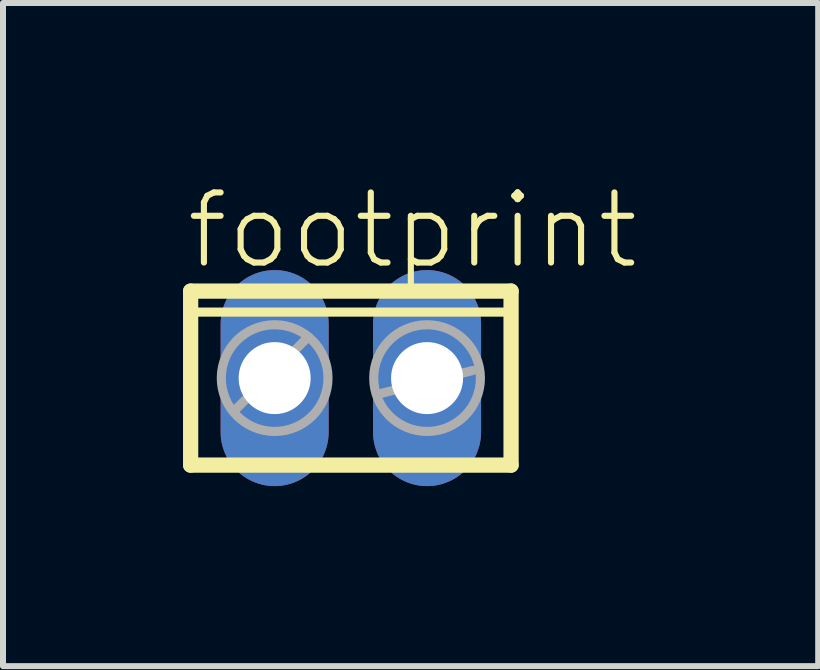
<source format=kicad_pcb>
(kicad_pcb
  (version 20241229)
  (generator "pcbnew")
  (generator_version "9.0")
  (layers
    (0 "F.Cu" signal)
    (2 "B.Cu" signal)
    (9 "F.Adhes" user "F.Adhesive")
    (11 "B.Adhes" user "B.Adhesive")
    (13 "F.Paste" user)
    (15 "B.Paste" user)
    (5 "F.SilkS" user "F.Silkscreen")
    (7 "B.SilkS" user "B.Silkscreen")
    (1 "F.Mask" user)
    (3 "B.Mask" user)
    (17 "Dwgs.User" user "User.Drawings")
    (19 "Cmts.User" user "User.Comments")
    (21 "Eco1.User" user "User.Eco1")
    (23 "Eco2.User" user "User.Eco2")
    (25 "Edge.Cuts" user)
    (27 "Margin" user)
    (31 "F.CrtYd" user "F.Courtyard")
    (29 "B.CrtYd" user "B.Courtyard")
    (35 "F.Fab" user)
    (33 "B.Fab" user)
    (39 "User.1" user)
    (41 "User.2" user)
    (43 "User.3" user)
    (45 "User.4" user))
  (footprint "footprint"
    (layer "F.Cu")
    (at 2.797 3.251)
    (property "Reference" "footprint" (at -2.794 -1.778 0) (layer "F.SilkS") (effects (font (size 1.168 1.168) (thickness 0.102)) (justify left bottom)))
    (fp_line (start -2.67 -1.45) (end -2.67 1.45) (stroke (width 0.254) (type solid)) (layer "F.SilkS"))
    (fp_line (start -2.67 1.45) (end 2.67 1.45) (stroke (width 0.254) (type solid)) (layer "F.SilkS"))
    (fp_line (start -2.56 -1.1) (end 2.56 -1.1) (stroke (width 0.152) (type solid)) (layer "F.SilkS"))
    (fp_line (start 2.67 -1.45) (end -2.67 -1.45) (stroke (width 0.254) (type solid)) (layer "F.SilkS"))
    (fp_line (start 2.67 1.45) (end 2.67 -1.45) (stroke (width 0.254) (type solid)) (layer "F.SilkS"))
    (fp_line (start -1.905 0.508) (end -0.762 -0.635) (stroke (width 0.152) (type solid)) (layer "F.Fab"))
    (fp_line (start 0.508 0.254) (end 2.032 -0.127) (stroke (width 0.152) (type solid)) (layer "F.Fab"))
    (fp_circle (center -1.27 0) (end -0.381 0) (stroke (width 0.152) (type solid)) (fill no) (layer "F.Fab"))
    (fp_circle (center 1.27 0) (end 2.159 0) (stroke (width 0.152) (type solid)) (fill no) (layer "F.Fab"))
    (pad "1" thru_hole oval (at -1.27 0 90) (size 3.6 1.8) (drill 1.2) (layers "*.Cu" "*.Mask"))
    (pad "2" thru_hole oval (at 1.27 0 90) (size 3.6 1.8) (drill 1.2) (layers "*.Cu" "*.Mask")))
  (gr_rect
    (start -3 -3)
    (end 10.585 8.051)
    (stroke (width 0.1) (type default))
    (fill no)
    (layer "Edge.Cuts")))
</source>
